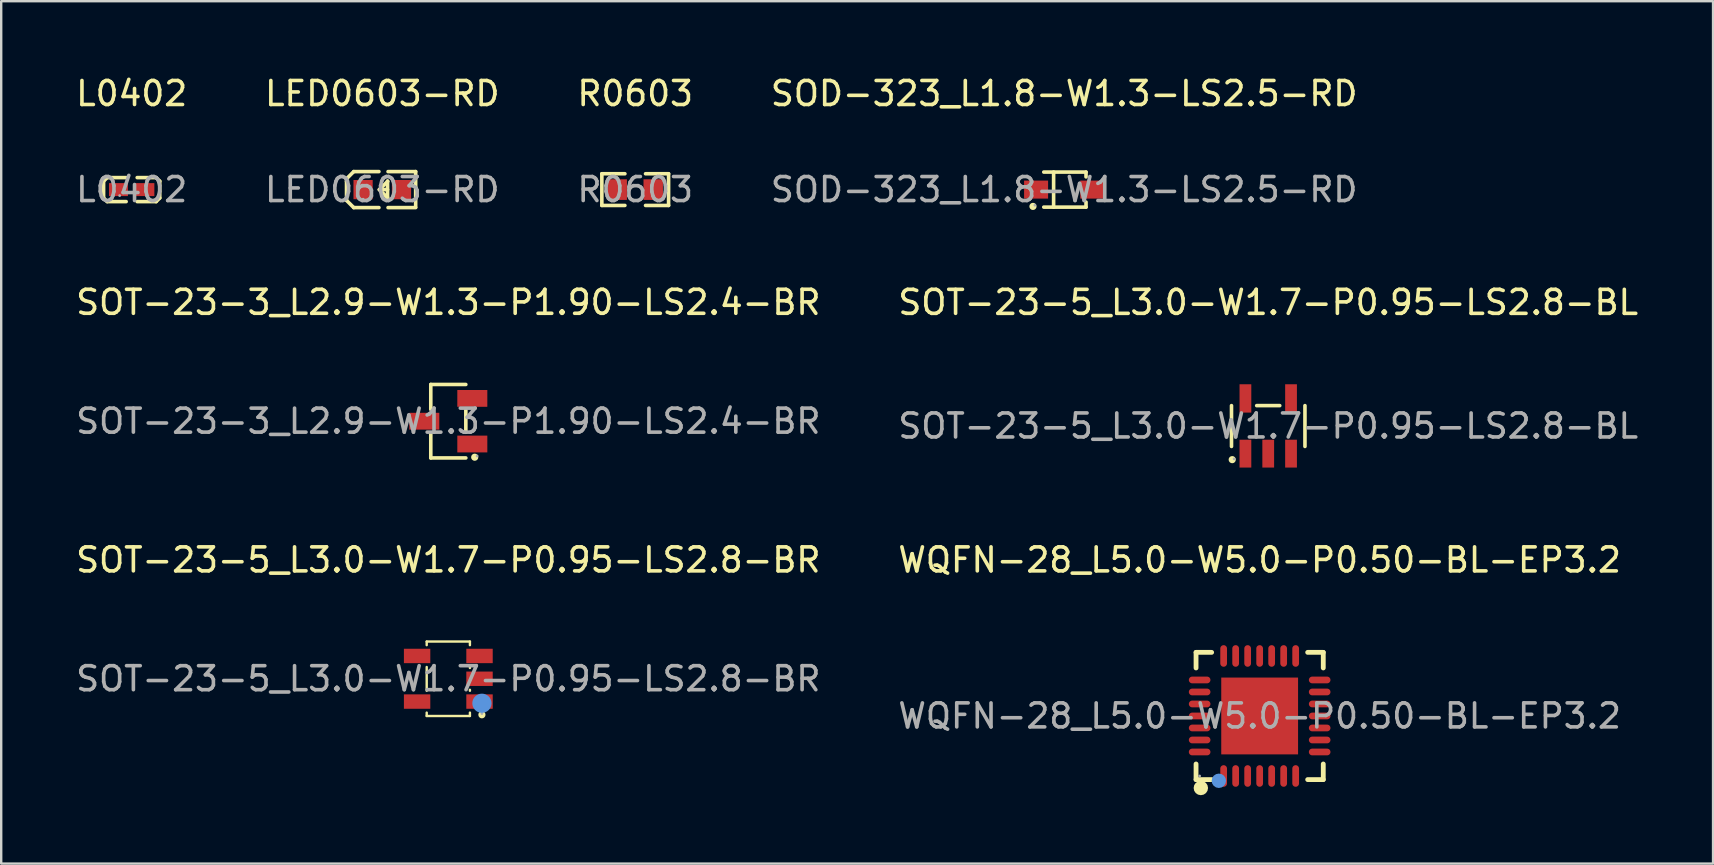
<source format=kicad_pcb>
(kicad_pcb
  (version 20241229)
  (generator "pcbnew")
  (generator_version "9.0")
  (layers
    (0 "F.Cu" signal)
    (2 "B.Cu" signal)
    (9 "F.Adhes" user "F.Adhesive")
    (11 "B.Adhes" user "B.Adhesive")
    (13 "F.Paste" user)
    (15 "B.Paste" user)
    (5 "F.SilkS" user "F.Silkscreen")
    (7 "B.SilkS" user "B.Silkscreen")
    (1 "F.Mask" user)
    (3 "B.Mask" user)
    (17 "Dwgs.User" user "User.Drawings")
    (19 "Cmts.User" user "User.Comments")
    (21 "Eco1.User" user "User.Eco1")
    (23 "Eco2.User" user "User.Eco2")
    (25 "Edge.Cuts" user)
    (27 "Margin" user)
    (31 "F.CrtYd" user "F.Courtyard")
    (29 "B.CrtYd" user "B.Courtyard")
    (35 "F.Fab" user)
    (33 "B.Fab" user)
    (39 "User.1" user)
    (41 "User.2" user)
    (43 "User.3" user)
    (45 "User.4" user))
  (footprint "SOT-23-5_L3.0-W1.7-P0.95-LS2.8-BR"
    (layer "F.Cu")
    (at 15.625 25.225)
    (property "Reference" "SOT-23-5_L3.0-W1.7-P0.95-LS2.8-BR" (at 0 -4.95 0) (layer "F.SilkS") (effects (font (size 1 1) (thickness 0.15))))
    (attr smd)
    (fp_line (start -0.9 -1.55) (end -0.9 -1.4) (stroke (width 0.1) (type solid)) (layer "F.SilkS"))
    (fp_line (start -0.9 -1.55) (end 0.9 -1.55) (stroke (width 0.1) (type solid)) (layer "F.SilkS"))
    (fp_line (start -0.9 -0.49) (end -0.9 0.5) (stroke (width 0.1) (type solid)) (layer "F.SilkS"))
    (fp_line (start -0.9 1.41) (end -0.9 1.55) (stroke (width 0.1) (type solid)) (layer "F.SilkS"))
    (fp_line (start -0.9 1.55) (end 0.9 1.55) (stroke (width 0.1) (type solid)) (layer "F.SilkS"))
    (fp_line (start 0.9 -1.55) (end 0.9 -1.4) (stroke (width 0.1) (type solid)) (layer "F.SilkS"))
    (fp_line (start 0.9 -0.49) (end 0.9 -0.45) (stroke (width 0.1) (type solid)) (layer "F.SilkS"))
    (fp_line (start 0.9 0.46) (end 0.9 0.5) (stroke (width 0.1) (type solid)) (layer "F.SilkS"))
    (fp_line (start 0.9 1.41) (end 0.9 1.55) (stroke (width 0.1) (type solid)) (layer "F.SilkS"))
    (fp_circle (center 1.4 1.5) (end 1.3 1.5) (stroke (width 0.1) (type solid)) (fill yes) (layer "F.SilkS"))
    (fp_circle (center 1.4 1.02) (end 1.6 1.02) (stroke (width 0.4) (type solid)) (fill no) (layer "Cmts.User"))
    (fp_circle (center 1.4 1.45) (end 1.43 1.45) (stroke (width 0.06) (type solid)) (fill no) (layer "F.Fab"))
    (fp_text user "${REFERENCE}" (at 0 0 0) (layer "F.Fab") (effects (font (size 1 1) (thickness 0.15))))
    (pad "1" smd rect (at 1.3 0.95) (size 1.1 0.6) (layers "F.Cu" "F.Mask" "F.Paste"))
    (pad "2" smd rect (at 1.3 0) (size 1.1 0.6) (layers "F.Cu" "F.Mask" "F.Paste"))
    (pad "3" smd rect (at 1.3 -0.95) (size 1.1 0.6) (layers "F.Cu" "F.Mask" "F.Paste"))
    (pad "4" smd rect (at -1.3 -0.95) (size 1.1 0.6) (layers "F.Cu" "F.Mask" "F.Paste"))
    (pad "5" smd rect (at -1.3 0.95) (size 1.1 0.6) (layers "F.Cu" "F.Mask" "F.Paste")))
  (footprint "L0402"
    (layer "F.Cu")
    (at 2.435 4.848)
    (property "Reference" "L0402" (at 0 -4 0) (layer "F.SilkS") (effects (font (size 1 1) (thickness 0.15))))
    (attr smd)
    (fp_line (start -1.17 -0.35) (end -1.02 -0.5) (stroke (width 0.15) (type solid)) (layer "F.SilkS"))
    (fp_line (start -1.17 0.35) (end -1.17 -0.35) (stroke (width 0.15) (type solid)) (layer "F.SilkS"))
    (fp_line (start -1.02 -0.5) (end -0.23 -0.5) (stroke (width 0.15) (type solid)) (layer "F.SilkS"))
    (fp_line (start -1.02 0.5) (end -1.17 0.35) (stroke (width 0.15) (type solid)) (layer "F.SilkS"))
    (fp_line (start -0.23 0.5) (end -1.02 0.5) (stroke (width 0.15) (type solid)) (layer "F.SilkS"))
    (fp_line (start 0.23 0.5) (end 1.02 0.5) (stroke (width 0.15) (type solid)) (layer "F.SilkS"))
    (fp_line (start 1.02 -0.5) (end 0.23 -0.5) (stroke (width 0.15) (type solid)) (layer "F.SilkS"))
    (fp_line (start 1.02 0.5) (end 1.17 0.35) (stroke (width 0.15) (type solid)) (layer "F.SilkS"))
    (fp_line (start 1.17 -0.35) (end 1.02 -0.5) (stroke (width 0.15) (type solid)) (layer "F.SilkS"))
    (fp_line (start 1.17 0.35) (end 1.17 -0.35) (stroke (width 0.15) (type solid)) (layer "F.SilkS"))
    (fp_circle (center -0.5 0.25) (end -0.47 0.25) (stroke (width 0.06) (type solid)) (fill no) (layer "F.Fab"))
    (fp_text user "${REFERENCE}" (at 0 0 0) (layer "F.Fab") (effects (font (size 1 1) (thickness 0.15))))
    (pad "1" smd rect (at -0.55 0) (size 0.79 0.54) (layers "F.Cu" "F.Mask" "F.Paste"))
    (pad "2" smd rect (at 0.55 0) (size 0.79 0.54) (layers "F.Cu" "F.Mask" "F.Paste")))
  (footprint "SOT-23-3_L2.9-W1.3-P1.90-LS2.4-BR"
    (layer "F.Cu")
    (at 15.625 14.496)
    (property "Reference" "SOT-23-3_L2.9-W1.3-P1.90-LS2.4-BR" (at 0 -4.95 0) (layer "F.SilkS") (effects (font (size 1 1) (thickness 0.15))))
    (attr smd)
    (fp_line (start -0.73 -1.53) (end -0.73 -0.49) (stroke (width 0.15) (type solid)) (layer "F.SilkS"))
    (fp_line (start -0.73 1.53) (end -0.73 0.49) (stroke (width 0.15) (type solid)) (layer "F.SilkS"))
    (fp_line (start 0.73 -1.53) (end -0.73 -1.53) (stroke (width 0.15) (type solid)) (layer "F.SilkS"))
    (fp_line (start 0.73 -0.46) (end 0.73 0.46) (stroke (width 0.15) (type solid)) (layer "F.SilkS"))
    (fp_line (start 0.73 1.53) (end -0.73 1.53) (stroke (width 0.15) (type solid)) (layer "F.SilkS"))
    (fp_circle (center 1.1 1.5) (end 1.2 1.5) (stroke (width 0.1) (type solid)) (fill yes) (layer "F.SilkS"))
    (fp_circle (center 1.2 1.45) (end 1.23 1.45) (stroke (width 0.06) (type solid)) (fill no) (layer "F.Fab"))
    (fp_text user "${REFERENCE}" (at 0 0 0) (layer "F.Fab") (effects (font (size 1 1) (thickness 0.15))))
    (pad "1" smd rect (at 1 0.95) (size 1.25 0.7) (layers "F.Cu" "F.Mask" "F.Paste"))
    (pad "2" smd rect (at 1 -0.95) (size 1.25 0.7) (layers "F.Cu" "F.Mask" "F.Paste"))
    (pad "3" smd rect (at -1 0) (size 1.25 0.7) (layers "F.Cu" "F.Mask" "F.Paste")))
  (footprint "LED0603-RD"
    (layer "F.Cu")
    (at 12.875 4.848)
    (property "Reference" "LED0603-RD" (at 0 -4 0) (layer "F.SilkS") (effects (font (size 1 1) (thickness 0.15))))
    (attr smd)
    (fp_line (start -1.49 -0.45) (end -1.19 -0.75) (stroke (width 0.15) (type solid)) (layer "F.SilkS"))
    (fp_line (start -1.49 -0.35) (end -1.49 -0.45) (stroke (width 0.15) (type solid)) (layer "F.SilkS"))
    (fp_line (start -1.49 -0.35) (end -1.49 0.35) (stroke (width 0.15) (type solid)) (layer "F.SilkS"))
    (fp_line (start -1.49 0.35) (end -1.49 0.45) (stroke (width 0.15) (type solid)) (layer "F.SilkS"))
    (fp_line (start -1.49 0.45) (end -1.19 0.75) (stroke (width 0.15) (type solid)) (layer "F.SilkS"))
    (fp_line (start -0.14 -0.75) (end -1.19 -0.75) (stroke (width 0.15) (type solid)) (layer "F.SilkS"))
    (fp_line (start -0.14 0.75) (end -1.19 0.75) (stroke (width 0.15) (type solid)) (layer "F.SilkS"))
    (fp_line (start 0.21 0.33) (end -0.12 0) (stroke (width 0.15) (type solid)) (layer "F.SilkS"))
    (fp_line (start 0.22 -0.35) (end 0.22 -0.34) (stroke (width 0.15) (type solid)) (layer "F.SilkS"))
    (fp_line (start 0.22 -0.35) (end 0.22 0.33) (stroke (width 0.15) (type solid)) (layer "F.SilkS"))
    (fp_line (start 0.22 -0.34) (end -0.12 0) (stroke (width 0.15) (type solid)) (layer "F.SilkS"))
    (fp_line (start 0.22 0) (end -0.12 0) (stroke (width 0.15) (type solid)) (layer "F.SilkS"))
    (fp_line (start 0.22 0.33) (end 0.21 0.33) (stroke (width 0.15) (type solid)) (layer "F.SilkS"))
    (fp_line (start 0.24 -0.75) (end 1.39 -0.75) (stroke (width 0.15) (type solid)) (layer "F.SilkS"))
    (fp_line (start 0.24 0.75) (end 1.39 0.75) (stroke (width 0.15) (type solid)) (layer "F.SilkS"))
    (fp_line (start 1.39 -0.75) (end 1.39 0.73) (stroke (width 0.15) (type solid)) (layer "F.SilkS"))
    (fp_circle (center -0.8 0.4) (end -0.77 0.4) (stroke (width 0.06) (type solid)) (fill no) (layer "F.Fab"))
    (fp_text user "${REFERENCE}" (at 0 0 0) (layer "F.Fab") (effects (font (size 1 1) (thickness 0.15))))
    (pad "1" smd rect (at -0.8 0 90) (size 0.8 0.8) (layers "F.Cu" "F.Mask" "F.Paste"))
    (pad "2" smd rect (at 0.8 0 90) (size 0.8 0.8) (layers "F.Cu" "F.Mask" "F.Paste")))
  (footprint "SOD-323_L1.8-W1.3-LS2.5-RD"
    (layer "F.Cu")
    (at 41.28 4.848)
    (property "Reference" "SOD-323_L1.8-W1.3-LS2.5-RD" (at 0 -4 0) (layer "F.SilkS") (effects (font (size 1 1) (thickness 0.15))))
    (attr smd)
    (fp_line (start -0.85 -0.73) (end 0.91 -0.73) (stroke (width 0.15) (type solid)) (layer "F.SilkS"))
    (fp_line (start -0.85 0.73) (end 0.91 0.73) (stroke (width 0.15) (type solid)) (layer "F.SilkS"))
    (fp_line (start -0.44 -0.73) (end -0.44 0.73) (stroke (width 0.15) (type solid)) (layer "F.SilkS"))
    (fp_line (start 0.91 -0.73) (end 0.91 -0.53) (stroke (width 0.15) (type solid)) (layer "F.SilkS"))
    (fp_line (start 0.91 0.73) (end 0.91 0.52) (stroke (width 0.15) (type solid)) (layer "F.SilkS"))
    (fp_circle (center -1.3 0.7) (end -1.2 0.7) (stroke (width 0.1) (type solid)) (fill yes) (layer "F.SilkS"))
    (fp_circle (center -1.22 0.65) (end -1.19 0.65) (stroke (width 0.06) (type solid)) (fill no) (layer "F.Fab"))
    (fp_text user "${REFERENCE}" (at 0 0 0) (layer "F.Fab") (effects (font (size 1 1) (thickness 0.15))))
    (pad "1" smd rect (at -1.17 0) (size 1 0.75) (layers "F.Cu" "F.Mask" "F.Paste"))
    (pad "2" smd rect (at 1.17 0) (size 1 0.75) (layers "F.Cu" "F.Mask" "F.Paste")))
  (footprint "R0603"
    (layer "F.Cu")
    (at 23.411 4.848)
    (property "Reference" "R0603" (at 0 -4 0) (layer "F.SilkS") (effects (font (size 1 1) (thickness 0.15))))
    (attr smd)
    (fp_line (start -1.39 -0.66) (end -0.43 -0.66) (stroke (width 0.15) (type solid)) (layer "F.SilkS"))
    (fp_line (start -1.39 0.66) (end -1.39 -0.66) (stroke (width 0.15) (type solid)) (layer "F.SilkS"))
    (fp_line (start -0.43 0.66) (end -1.39 0.66) (stroke (width 0.15) (type solid)) (layer "F.SilkS"))
    (fp_line (start 0.43 0.66) (end 1.39 0.66) (stroke (width 0.15) (type solid)) (layer "F.SilkS"))
    (fp_line (start 1.39 -0.66) (end 0.43 -0.66) (stroke (width 0.15) (type solid)) (layer "F.SilkS"))
    (fp_line (start 1.39 0.66) (end 1.39 -0.66) (stroke (width 0.15) (type solid)) (layer "F.SilkS"))
    (fp_circle (center -0.8 0.4) (end -0.77 0.4) (stroke (width 0.06) (type solid)) (fill no) (layer "F.Fab"))
    (fp_text user "${REFERENCE}" (at 0 0 0) (layer "F.Fab") (effects (font (size 1 1) (thickness 0.15))))
    (pad "1" smd rect (at -0.75 0) (size 0.81 0.86) (layers "F.Cu" "F.Mask" "F.Paste"))
    (pad "2" smd rect (at 0.75 0) (size 0.81 0.86) (layers "F.Cu" "F.Mask" "F.Paste")))
  (footprint "SOT-23-5_L3.0-W1.7-P0.95-LS2.8-BL"
    (layer "F.Cu")
    (at 49.78 14.697)
    (property "Reference" "SOT-23-5_L3.0-W1.7-P0.95-LS2.8-BL" (at 0 -5.15 0) (layer "F.SilkS") (effects (font (size 1 1) (thickness 0.15))))
    (attr smd)
    (fp_line (start -1.53 0.85) (end -1.53 -0.85) (stroke (width 0.15) (type solid)) (layer "F.SilkS"))
    (fp_line (start 0.48 -0.85) (end -0.48 -0.85) (stroke (width 0.15) (type solid)) (layer "F.SilkS"))
    (fp_line (start 1.53 0.85) (end 1.53 -0.85) (stroke (width 0.15) (type solid)) (layer "F.SilkS"))
    (fp_circle (center -1.5 1.4) (end -1.6 1.4) (stroke (width 0.1) (type solid)) (fill yes) (layer "F.SilkS"))
    (fp_circle (center -1.42 1.37) (end -1.39 1.37) (stroke (width 0.06) (type solid)) (fill no) (layer "F.Fab"))
    (fp_text user "${REFERENCE}" (at 0 0 0) (layer "F.Fab") (effects (font (size 1 1) (thickness 0.15))))
    (pad "1" smd rect (at -0.95 1.15) (size 0.49 1.16) (layers "F.Cu" "F.Mask" "F.Paste"))
    (pad "2" smd rect (at 0 1.15) (size 0.49 1.16) (layers "F.Cu" "F.Mask" "F.Paste"))
    (pad "3" smd rect (at 0.95 1.15) (size 0.49 1.16) (layers "F.Cu" "F.Mask" "F.Paste"))
    (pad "4" smd rect (at 0.95 -1.15) (size 0.49 1.18) (layers "F.Cu" "F.Mask" "F.Paste"))
    (pad "5" smd rect (at -0.95 -1.15) (size 0.49 1.18) (layers "F.Cu" "F.Mask" "F.Paste")))
  (footprint "WQFN-28_L5.0-W5.0-P0.50-BL-EP3.2"
    (layer "F.Cu")
    (at 49.423 26.775)
    (property "Reference" "WQFN-28_L5.0-W5.0-P0.50-BL-EP3.2" (at 0 -6.5 0) (layer "F.SilkS") (effects (font (size 1 1) (thickness 0.15))))
    (attr smd)
    (fp_line (start -2.65 -2.65) (end -2.65 -2) (stroke (width 0.2) (type solid)) (layer "F.SilkS"))
    (fp_line (start -2.65 2.65) (end -2.65 2) (stroke (width 0.2) (type solid)) (layer "F.SilkS"))
    (fp_line (start -2 -2.65) (end -2.65 -2.65) (stroke (width 0.2) (type solid)) (layer "F.SilkS"))
    (fp_line (start -2 2.65) (end -2.65 2.65) (stroke (width 0.2) (type solid)) (layer "F.SilkS"))
    (fp_line (start 2 2.65) (end 2.65 2.65) (stroke (width 0.2) (type solid)) (layer "F.SilkS"))
    (fp_line (start 2.65 -2.65) (end 2 -2.65) (stroke (width 0.2) (type solid)) (layer "F.SilkS"))
    (fp_line (start 2.65 -2) (end 2.65 -2.65) (stroke (width 0.2) (type solid)) (layer "F.SilkS"))
    (fp_line (start 2.65 2.65) (end 2.65 2) (stroke (width 0.2) (type solid)) (layer "F.SilkS"))
    (fp_arc (start -2.45 3) (mid -2.45 3) (end -2.45 3) (stroke (width 0.3) (type solid)) (layer "F.SilkS"))
    (fp_circle (center -1.7 2.7) (end -1.55 2.7) (stroke (width 0.3) (type solid)) (fill no) (layer "Cmts.User"))
    (fp_circle (center -2.5 2.5) (end -2.47 2.5) (stroke (width 0.06) (type solid)) (fill no) (layer "F.Fab"))
    (fp_text user "${REFERENCE}" (at 0 0 0) (layer "F.Fab") (effects (font (size 1 1) (thickness 0.15))))
    (pad "1" smd oval (at -1.5 2.5 180) (size 0.28 0.9) (layers "F.Cu" "F.Mask" "F.Paste"))
    (pad "2" smd oval (at -1 2.5 180) (size 0.28 0.9) (layers "F.Cu" "F.Mask" "F.Paste"))
    (pad "3" smd oval (at -0.5 2.5 180) (size 0.28 0.9) (layers "F.Cu" "F.Mask" "F.Paste"))
    (pad "4" smd oval (at 0 2.5 180) (size 0.28 0.9) (layers "F.Cu" "F.Mask" "F.Paste"))
    (pad "5" smd oval (at 0.5 2.5 180) (size 0.28 0.9) (layers "F.Cu" "F.Mask" "F.Paste"))
    (pad "6" smd oval (at 1 2.5 180) (size 0.28 0.9) (layers "F.Cu" "F.Mask" "F.Paste"))
    (pad "7" smd oval (at 1.5 2.5 180) (size 0.28 0.9) (layers "F.Cu" "F.Mask" "F.Paste"))
    (pad "8" smd oval (at 2.5 1.5 90) (size 0.28 0.9) (layers "F.Cu" "F.Mask" "F.Paste"))
    (pad "9" smd oval (at 2.5 1 90) (size 0.28 0.9) (layers "F.Cu" "F.Mask" "F.Paste"))
    (pad "10" smd oval (at 2.5 0.5 90) (size 0.28 0.9) (layers "F.Cu" "F.Mask" "F.Paste"))
    (pad "11" smd oval (at 2.5 0 90) (size 0.28 0.9) (layers "F.Cu" "F.Mask" "F.Paste"))
    (pad "12" smd oval (at 2.5 -0.5 90) (size 0.28 0.9) (layers "F.Cu" "F.Mask" "F.Paste"))
    (pad "13" smd oval (at 2.5 -1 90) (size 0.28 0.9) (layers "F.Cu" "F.Mask" "F.Paste"))
    (pad "14" smd oval (at 2.5 -1.5 90) (size 0.28 0.9) (layers "F.Cu" "F.Mask" "F.Paste"))
    (pad "15" smd oval (at 1.5 -2.5 180) (size 0.28 0.9) (layers "F.Cu" "F.Mask" "F.Paste"))
    (pad "16" smd oval (at 1 -2.5 180) (size 0.28 0.9) (layers "F.Cu" "F.Mask" "F.Paste"))
    (pad "17" smd oval (at 0.5 -2.5 180) (size 0.28 0.9) (layers "F.Cu" "F.Mask" "F.Paste"))
    (pad "18" smd oval (at 0 -2.5 180) (size 0.28 0.9) (layers "F.Cu" "F.Mask" "F.Paste"))
    (pad "19" smd oval (at -0.5 -2.5 180) (size 0.28 0.9) (layers "F.Cu" "F.Mask" "F.Paste"))
    (pad "20" smd oval (at -1 -2.5 180) (size 0.28 0.9) (layers "F.Cu" "F.Mask" "F.Paste"))
    (pad "21" smd oval (at -1.5 -2.5 180) (size 0.28 0.9) (layers "F.Cu" "F.Mask" "F.Paste"))
    (pad "22" smd oval (at -2.5 -1.5 90) (size 0.28 0.9) (layers "F.Cu" "F.Mask" "F.Paste"))
    (pad "23" smd oval (at -2.5 -1 90) (size 0.28 0.9) (layers "F.Cu" "F.Mask" "F.Paste"))
    (pad "24" smd oval (at -2.5 -0.5 90) (size 0.28 0.9) (layers "F.Cu" "F.Mask" "F.Paste"))
    (pad "25" smd oval (at -2.5 0 90) (size 0.28 0.9) (layers "F.Cu" "F.Mask" "F.Paste"))
    (pad "26" smd oval (at -2.5 0.5 90) (size 0.28 0.9) (layers "F.Cu" "F.Mask" "F.Paste"))
    (pad "27" smd oval (at -2.5 1 90) (size 0.28 0.9) (layers "F.Cu" "F.Mask" "F.Paste"))
    (pad "28" smd oval (at -2.5 1.5 90) (size 0.28 0.9) (layers "F.Cu" "F.Mask" "F.Paste"))
    (pad "29" smd rect (at 0 0 90) (size 3.2 3.2) (layers "F.Cu" "F.Mask" "F.Paste")))
  (gr_rect
    (start -3 -3)
    (end 68.31 32.925)
    (stroke (width 0.1) (type default))
    (fill no)
    (layer "Edge.Cuts")))
</source>
